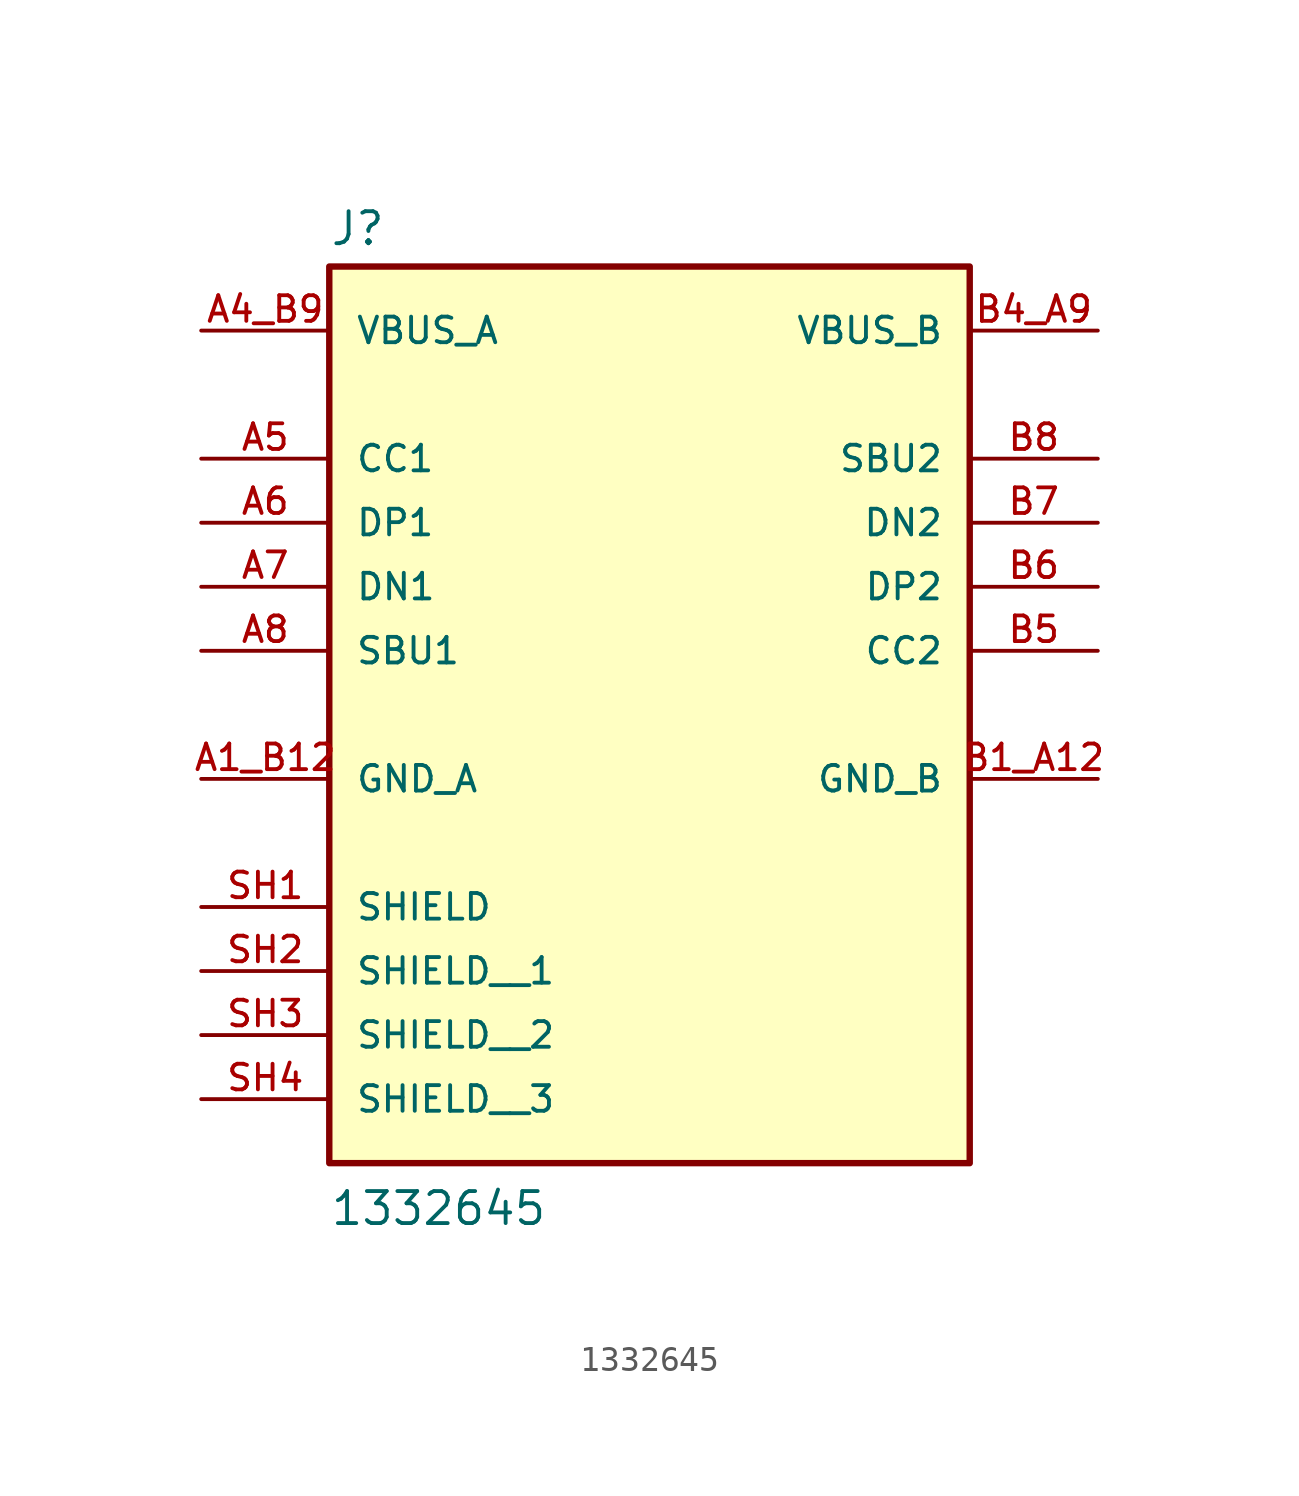
<source format=kicad_sym>
(kicad_symbol_lib
  (version 20211014)
  (generator kicad_symbol_editor)
  (symbol "1332645"
    (pin_names
      (offset 1.016))
    (property "Reference" "J"
      (at -12.7 13.462 0)
      (effects (font (size 1.27 1.27)) (justify bottom left)))
    (property "Value" "1332645"
      (at -12.7 -25.4 0)
      (effects (font (size 1.27 1.27)) (justify bottom left)))
    (symbol "1332645_0_0"
      (rectangle (start -12.7 -22.86) (end 12.7 12.7) (stroke (width 0.254)) (fill (type background)))
      (pin power_in line (at -17.78 -7.62 0) (length 5.08) (name "GND_A" (effects (font (size 1.016 1.016)))) (number "A1_B12" (effects (font (size 1.016 1.016)))))
      (pin power_in line (at -17.78 10.16 0) (length 5.08) (name "VBUS_A" (effects (font (size 1.016 1.016)))) (number "A4_B9" (effects (font (size 1.016 1.016)))))
      (pin bidirectional line (at -17.78 2.54 0) (length 5.08) (name "DP1" (effects (font (size 1.016 1.016)))) (number "A6" (effects (font (size 1.016 1.016)))))
      (pin bidirectional line (at -17.78 5.08 0) (length 5.08) (name "CC1" (effects (font (size 1.016 1.016)))) (number "A5" (effects (font (size 1.016 1.016)))))
      (pin bidirectional line (at -17.78 -2.54 0) (length 5.08) (name "SBU1" (effects (font (size 1.016 1.016)))) (number "A8" (effects (font (size 1.016 1.016)))))
      (pin bidirectional line (at -17.78 0.0 0) (length 5.08) (name "DN1" (effects (font (size 1.016 1.016)))) (number "A7" (effects (font (size 1.016 1.016)))))
      (pin passive line (at -17.78 -12.7 0) (length 5.08) (name "SHIELD" (effects (font (size 1.016 1.016)))) (number "SH1" (effects (font (size 1.016 1.016)))))
      (pin power_in line (at 17.78 -7.62 180.0) (length 5.08) (name "GND_B" (effects (font (size 1.016 1.016)))) (number "B1_A12" (effects (font (size 1.016 1.016)))))
      (pin power_in line (at 17.78 10.16 180.0) (length 5.08) (name "VBUS_B" (effects (font (size 1.016 1.016)))) (number "B4_A9" (effects (font (size 1.016 1.016)))))
      (pin bidirectional line (at 17.78 0.0 180.0) (length 5.08) (name "DP2" (effects (font (size 1.016 1.016)))) (number "B6" (effects (font (size 1.016 1.016)))))
      (pin bidirectional line (at 17.78 -2.54 180.0) (length 5.08) (name "CC2" (effects (font (size 1.016 1.016)))) (number "B5" (effects (font (size 1.016 1.016)))))
      (pin bidirectional line (at 17.78 5.08 180.0) (length 5.08) (name "SBU2" (effects (font (size 1.016 1.016)))) (number "B8" (effects (font (size 1.016 1.016)))))
      (pin bidirectional line (at 17.78 2.54 180.0) (length 5.08) (name "DN2" (effects (font (size 1.016 1.016)))) (number "B7" (effects (font (size 1.016 1.016)))))
      (pin passive line (at -17.78 -15.24 0) (length 5.08) (name "SHIELD__1" (effects (font (size 1.016 1.016)))) (number "SH2" (effects (font (size 1.016 1.016)))))
      (pin passive line (at -17.78 -17.78 0) (length 5.08) (name "SHIELD__2" (effects (font (size 1.016 1.016)))) (number "SH3" (effects (font (size 1.016 1.016)))))
      (pin passive line (at -17.78 -20.32 0) (length 5.08) (name "SHIELD__3" (effects (font (size 1.016 1.016)))) (number "SH4" (effects (font (size 1.016 1.016))))))))
</source>
